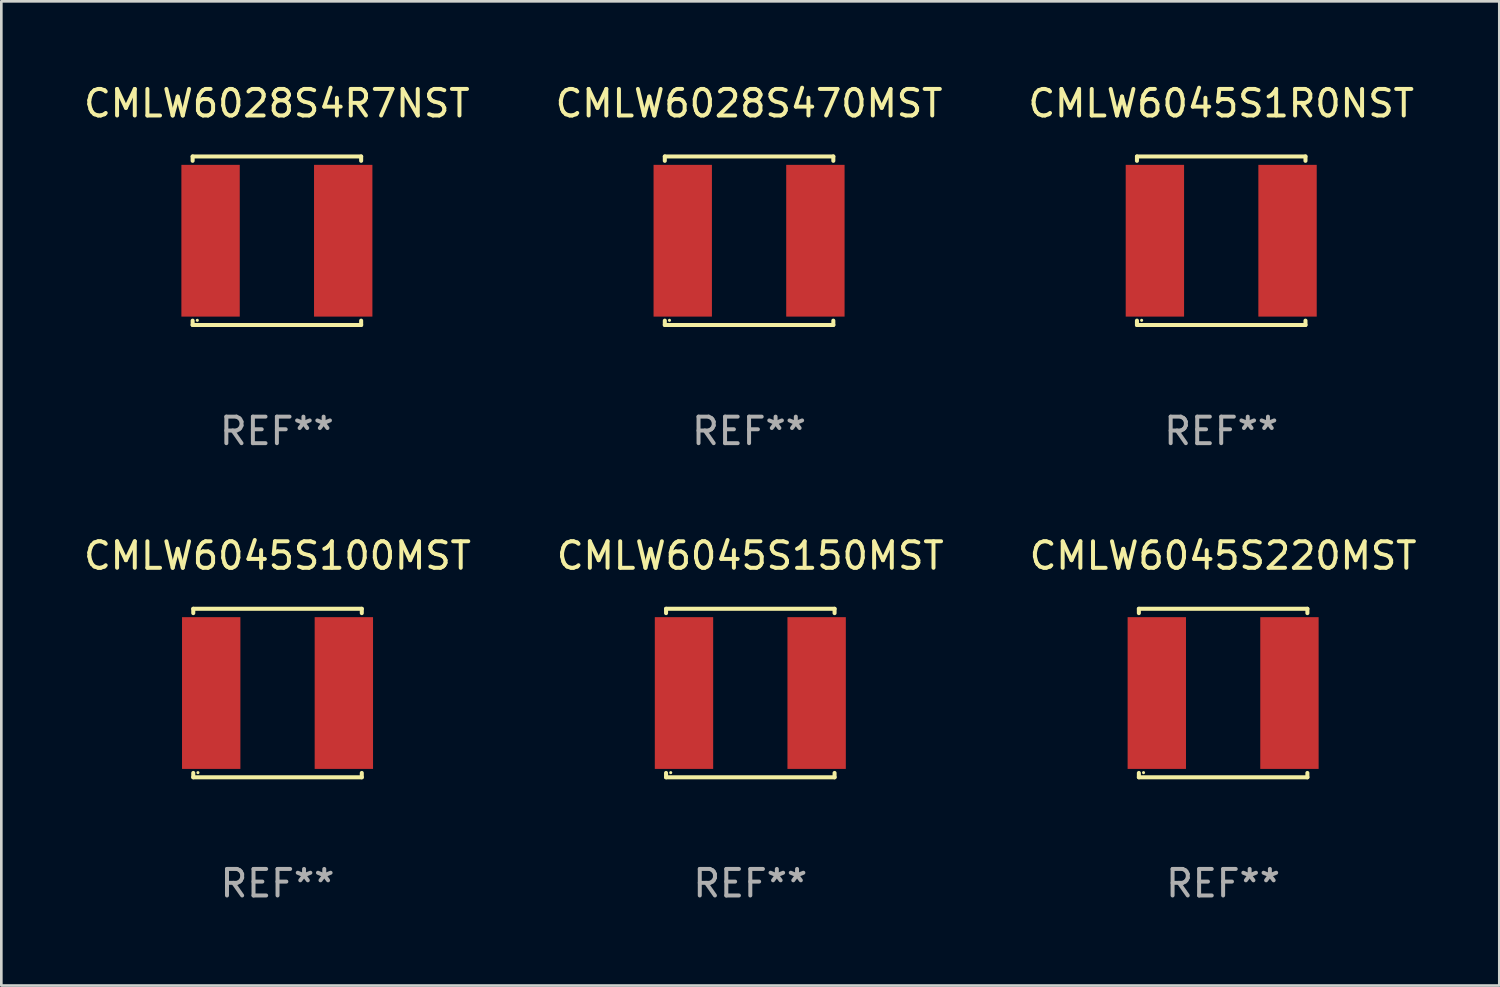
<source format=kicad_pcb>
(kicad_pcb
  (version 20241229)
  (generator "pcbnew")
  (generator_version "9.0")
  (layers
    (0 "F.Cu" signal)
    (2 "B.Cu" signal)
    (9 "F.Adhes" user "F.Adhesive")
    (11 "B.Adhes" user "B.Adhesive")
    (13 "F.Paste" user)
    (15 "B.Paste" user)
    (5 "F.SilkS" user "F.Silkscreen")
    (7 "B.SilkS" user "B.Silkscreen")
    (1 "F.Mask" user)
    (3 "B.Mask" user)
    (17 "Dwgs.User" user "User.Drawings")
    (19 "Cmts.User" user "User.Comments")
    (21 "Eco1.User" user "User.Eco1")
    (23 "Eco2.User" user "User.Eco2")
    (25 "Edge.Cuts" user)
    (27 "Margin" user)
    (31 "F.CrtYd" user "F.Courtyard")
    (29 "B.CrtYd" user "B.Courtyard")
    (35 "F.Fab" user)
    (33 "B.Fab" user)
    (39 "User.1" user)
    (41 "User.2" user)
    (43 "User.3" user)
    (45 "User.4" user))
  (footprint "CMLW6045S100MST"
    (layer "F.Cu")
    (at 7.411 23.073)
    (property "Reference" "CMLW6045S100MST" (at 0 -5.176 0) (layer "F.SilkS") (effects (font (size 1 1) (thickness 0.15))))
    (attr through_hole)
    (fp_line (start -3.176 -3.176) (end 3.176 -3.176) (stroke (width 0.152) (type solid)) (layer "F.SilkS"))
    (fp_line (start -3.176 -3.012) (end -3.176 -3.176) (stroke (width 0.152) (type solid)) (layer "F.SilkS"))
    (fp_line (start -3.176 3.012) (end -3.176 3.176) (stroke (width 0.152) (type solid)) (layer "F.SilkS"))
    (fp_line (start -3.176 3.176) (end 3.176 3.176) (stroke (width 0.152) (type solid)) (layer "F.SilkS"))
    (fp_line (start 3.176 -3.176) (end 3.176 -3.012) (stroke (width 0.152) (type solid)) (layer "F.SilkS"))
    (fp_line (start 3.176 3.176) (end 3.176 3.012) (stroke (width 0.152) (type solid)) (layer "F.SilkS"))
    (fp_circle (center -3 3) (end -2.97 3) (stroke (width 0.06) (type solid)) (fill no) (layer "F.SilkS"))
    (fp_text user "REF**" (at 0 7.176 0) (layer "F.Fab") (effects (font (size 1 1) (thickness 0.15))))
    (pad "1" smd rect (at -2.5 0) (size 2.2 5.72) (layers "F.Cu" "F.Mask" "F.Paste"))
    (pad "2" smd rect (at 2.5 0) (size 2.2 5.72) (layers "F.Cu" "F.Mask" "F.Paste")))
  (footprint "CMLW6045S150MST"
    (layer "F.Cu")
    (at 25.232 23.073)
    (property "Reference" "CMLW6045S150MST" (at 0 -5.176 0) (layer "F.SilkS") (effects (font (size 1 1) (thickness 0.15))))
    (attr through_hole)
    (fp_line (start -3.176 -3.176) (end 3.176 -3.176) (stroke (width 0.152) (type solid)) (layer "F.SilkS"))
    (fp_line (start -3.176 -3.012) (end -3.176 -3.176) (stroke (width 0.152) (type solid)) (layer "F.SilkS"))
    (fp_line (start -3.176 3.012) (end -3.176 3.176) (stroke (width 0.152) (type solid)) (layer "F.SilkS"))
    (fp_line (start -3.176 3.176) (end 3.176 3.176) (stroke (width 0.152) (type solid)) (layer "F.SilkS"))
    (fp_line (start 3.176 -3.176) (end 3.176 -3.012) (stroke (width 0.152) (type solid)) (layer "F.SilkS"))
    (fp_line (start 3.176 3.176) (end 3.176 3.012) (stroke (width 0.152) (type solid)) (layer "F.SilkS"))
    (fp_circle (center -3 3) (end -2.97 3) (stroke (width 0.06) (type solid)) (fill no) (layer "F.SilkS"))
    (fp_text user "REF**" (at 0 7.176 0) (layer "F.Fab") (effects (font (size 1 1) (thickness 0.15))))
    (pad "1" smd rect (at -2.5 0) (size 2.2 5.72) (layers "F.Cu" "F.Mask" "F.Paste"))
    (pad "2" smd rect (at 2.5 0) (size 2.2 5.72) (layers "F.Cu" "F.Mask" "F.Paste")))
  (footprint "CMLW6028S4R7NST"
    (layer "F.Cu")
    (at 7.387 6.024)
    (property "Reference" "CMLW6028S4R7NST" (at 0 -5.176 0) (layer "F.SilkS") (effects (font (size 1 1) (thickness 0.15))))
    (attr through_hole)
    (fp_line (start -3.176 -3.176) (end 3.176 -3.176) (stroke (width 0.152) (type solid)) (layer "F.SilkS"))
    (fp_line (start -3.176 -3.012) (end -3.176 -3.176) (stroke (width 0.152) (type solid)) (layer "F.SilkS"))
    (fp_line (start -3.176 3.012) (end -3.176 3.176) (stroke (width 0.152) (type solid)) (layer "F.SilkS"))
    (fp_line (start -3.176 3.176) (end 3.176 3.176) (stroke (width 0.152) (type solid)) (layer "F.SilkS"))
    (fp_line (start 3.176 -3.176) (end 3.176 -3.012) (stroke (width 0.152) (type solid)) (layer "F.SilkS"))
    (fp_line (start 3.176 3.176) (end 3.176 3.012) (stroke (width 0.152) (type solid)) (layer "F.SilkS"))
    (fp_circle (center -3 3) (end -2.97 3) (stroke (width 0.06) (type solid)) (fill no) (layer "F.SilkS"))
    (fp_text user "REF**" (at 0 7.176 0) (layer "F.Fab") (effects (font (size 1 1) (thickness 0.15))))
    (pad "1" smd rect (at -2.5 0) (size 2.2 5.72) (layers "F.Cu" "F.Mask" "F.Paste"))
    (pad "2" smd rect (at 2.5 0) (size 2.2 5.72) (layers "F.Cu" "F.Mask" "F.Paste")))
  (footprint "CMLW6045S220MST"
    (layer "F.Cu")
    (at 43.054 23.073)
    (property "Reference" "CMLW6045S220MST" (at 0 -5.176 0) (layer "F.SilkS") (effects (font (size 1 1) (thickness 0.15))))
    (attr through_hole)
    (fp_line (start -3.176 -3.176) (end 3.176 -3.176) (stroke (width 0.152) (type solid)) (layer "F.SilkS"))
    (fp_line (start -3.176 -3.012) (end -3.176 -3.176) (stroke (width 0.152) (type solid)) (layer "F.SilkS"))
    (fp_line (start -3.176 3.012) (end -3.176 3.176) (stroke (width 0.152) (type solid)) (layer "F.SilkS"))
    (fp_line (start -3.176 3.176) (end 3.176 3.176) (stroke (width 0.152) (type solid)) (layer "F.SilkS"))
    (fp_line (start 3.176 -3.176) (end 3.176 -3.012) (stroke (width 0.152) (type solid)) (layer "F.SilkS"))
    (fp_line (start 3.176 3.176) (end 3.176 3.012) (stroke (width 0.152) (type solid)) (layer "F.SilkS"))
    (fp_circle (center -3 3) (end -2.97 3) (stroke (width 0.06) (type solid)) (fill no) (layer "F.SilkS"))
    (fp_text user "REF**" (at 0 7.176 0) (layer "F.Fab") (effects (font (size 1 1) (thickness 0.15))))
    (pad "1" smd rect (at -2.5 0) (size 2.2 5.72) (layers "F.Cu" "F.Mask" "F.Paste"))
    (pad "2" smd rect (at 2.5 0) (size 2.2 5.72) (layers "F.Cu" "F.Mask" "F.Paste")))
  (footprint "CMLW6028S470MST"
    (layer "F.Cu")
    (at 25.185 6.024)
    (property "Reference" "CMLW6028S470MST" (at 0 -5.176 0) (layer "F.SilkS") (effects (font (size 1 1) (thickness 0.15))))
    (attr through_hole)
    (fp_line (start -3.176 -3.176) (end 3.176 -3.176) (stroke (width 0.152) (type solid)) (layer "F.SilkS"))
    (fp_line (start -3.176 -3.012) (end -3.176 -3.176) (stroke (width 0.152) (type solid)) (layer "F.SilkS"))
    (fp_line (start -3.176 3.012) (end -3.176 3.176) (stroke (width 0.152) (type solid)) (layer "F.SilkS"))
    (fp_line (start -3.176 3.176) (end 3.176 3.176) (stroke (width 0.152) (type solid)) (layer "F.SilkS"))
    (fp_line (start 3.176 -3.176) (end 3.176 -3.012) (stroke (width 0.152) (type solid)) (layer "F.SilkS"))
    (fp_line (start 3.176 3.176) (end 3.176 3.012) (stroke (width 0.152) (type solid)) (layer "F.SilkS"))
    (fp_circle (center -3 3) (end -2.97 3) (stroke (width 0.06) (type solid)) (fill no) (layer "F.SilkS"))
    (fp_text user "REF**" (at 0 7.176 0) (layer "F.Fab") (effects (font (size 1 1) (thickness 0.15))))
    (pad "1" smd rect (at -2.5 0) (size 2.2 5.72) (layers "F.Cu" "F.Mask" "F.Paste"))
    (pad "2" smd rect (at 2.5 0) (size 2.2 5.72) (layers "F.Cu" "F.Mask" "F.Paste")))
  (footprint "CMLW6045S1R0NST"
    (layer "F.Cu")
    (at 42.982 6.024)
    (property "Reference" "CMLW6045S1R0NST" (at 0 -5.176 0) (layer "F.SilkS") (effects (font (size 1 1) (thickness 0.15))))
    (attr through_hole)
    (fp_line (start -3.176 -3.176) (end 3.176 -3.176) (stroke (width 0.152) (type solid)) (layer "F.SilkS"))
    (fp_line (start -3.176 -3.012) (end -3.176 -3.176) (stroke (width 0.152) (type solid)) (layer "F.SilkS"))
    (fp_line (start -3.176 3.012) (end -3.176 3.176) (stroke (width 0.152) (type solid)) (layer "F.SilkS"))
    (fp_line (start -3.176 3.176) (end 3.176 3.176) (stroke (width 0.152) (type solid)) (layer "F.SilkS"))
    (fp_line (start 3.176 -3.176) (end 3.176 -3.012) (stroke (width 0.152) (type solid)) (layer "F.SilkS"))
    (fp_line (start 3.176 3.176) (end 3.176 3.012) (stroke (width 0.152) (type solid)) (layer "F.SilkS"))
    (fp_circle (center -3 3) (end -2.97 3) (stroke (width 0.06) (type solid)) (fill no) (layer "F.SilkS"))
    (fp_text user "REF**" (at 0 7.176 0) (layer "F.Fab") (effects (font (size 1 1) (thickness 0.15))))
    (pad "1" smd rect (at -2.5 0) (size 2.2 5.72) (layers "F.Cu" "F.Mask" "F.Paste"))
    (pad "2" smd rect (at 2.5 0) (size 2.2 5.72) (layers "F.Cu" "F.Mask" "F.Paste")))
  (gr_rect
    (start -3 -3)
    (end 53.464 34.098)
    (stroke (width 0.1) (type default))
    (fill no)
    (layer "Edge.Cuts")))
</source>
